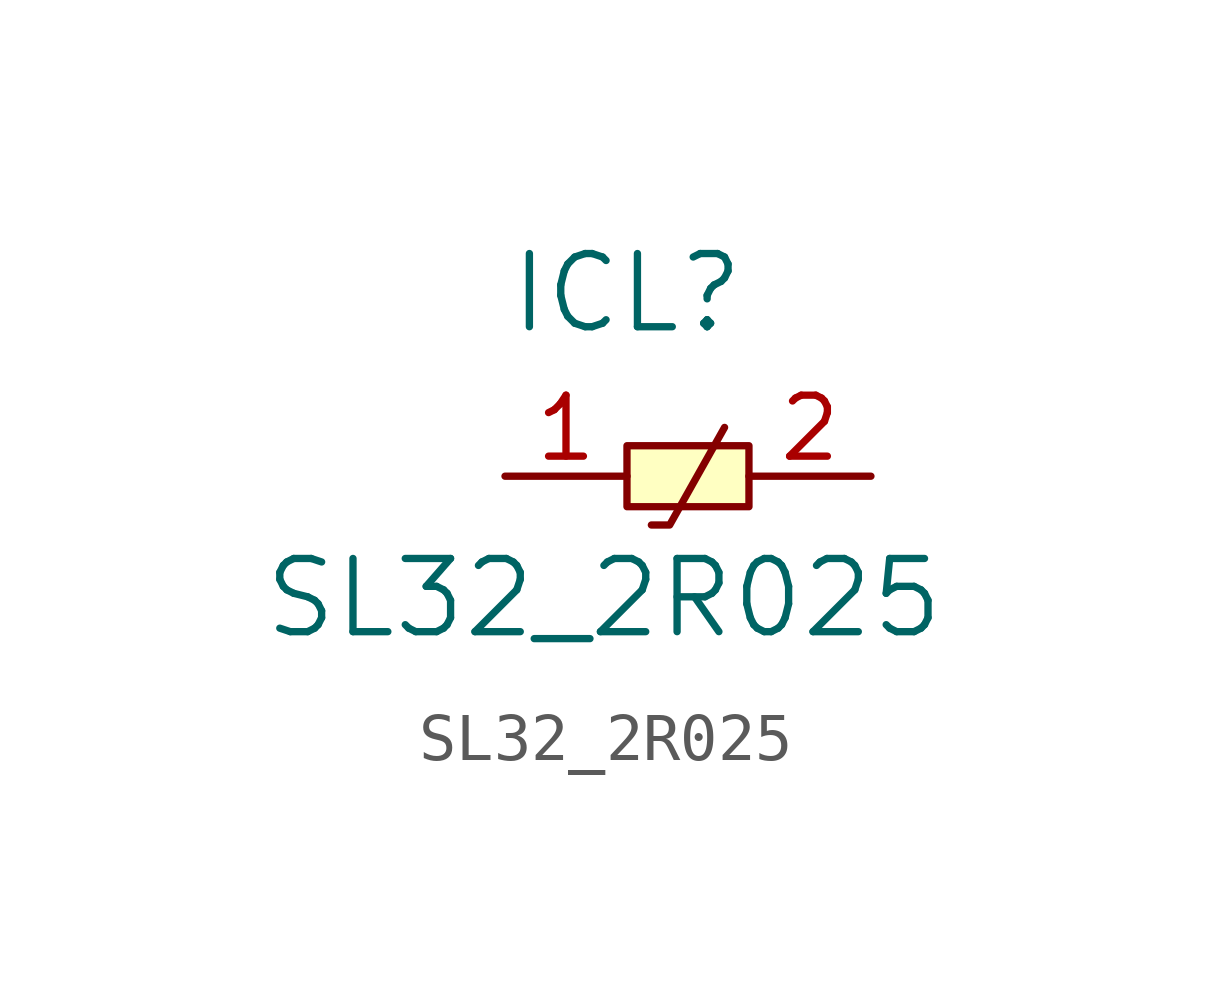
<source format=kicad_sym>
(kicad_symbol_lib
  (version 20211014)
  (generator kicad_symbol_editor)
  (symbol "SL32_2R025"
    (pin_names
      (offset 1.016))
    (property "Reference" "ICL"
      (at 0 3.81 0)
      (effects (font (size 1.524 1.524))))
    (property "Value" "SL32_2R025"
      (at -7.62 -2.54 0)
      (effects (font (size 1.524 1.524)) (justify left)))
    (symbol "SL32_2R025_0_1"
      (polyline (pts (xy 0.508 -1.016) (xy 0.889 -1.016) (xy 2.032 1.016)) (stroke (width 0) (type default) (color 0 0 0 0)) (fill (type none)))
      (rectangle (start 0 0.635) (end 2.54 -0.635) (stroke (width 0) (type default) (color 0 0 0 0)) (fill (type background))))
    (symbol "SL32_2R025_1_1"
      (pin power_in line (at -2.54 0 0) (length 2.54) (name "~" (effects (font (size 1.27 1.27)))) (number "1" (effects (font (size 1.27 1.27)))))
      (pin power_in line (at 5.08 0 180) (length 2.54) (name "~" (effects (font (size 1.27 1.27)))) (number "2" (effects (font (size 1.27 1.27))))))))
</source>
